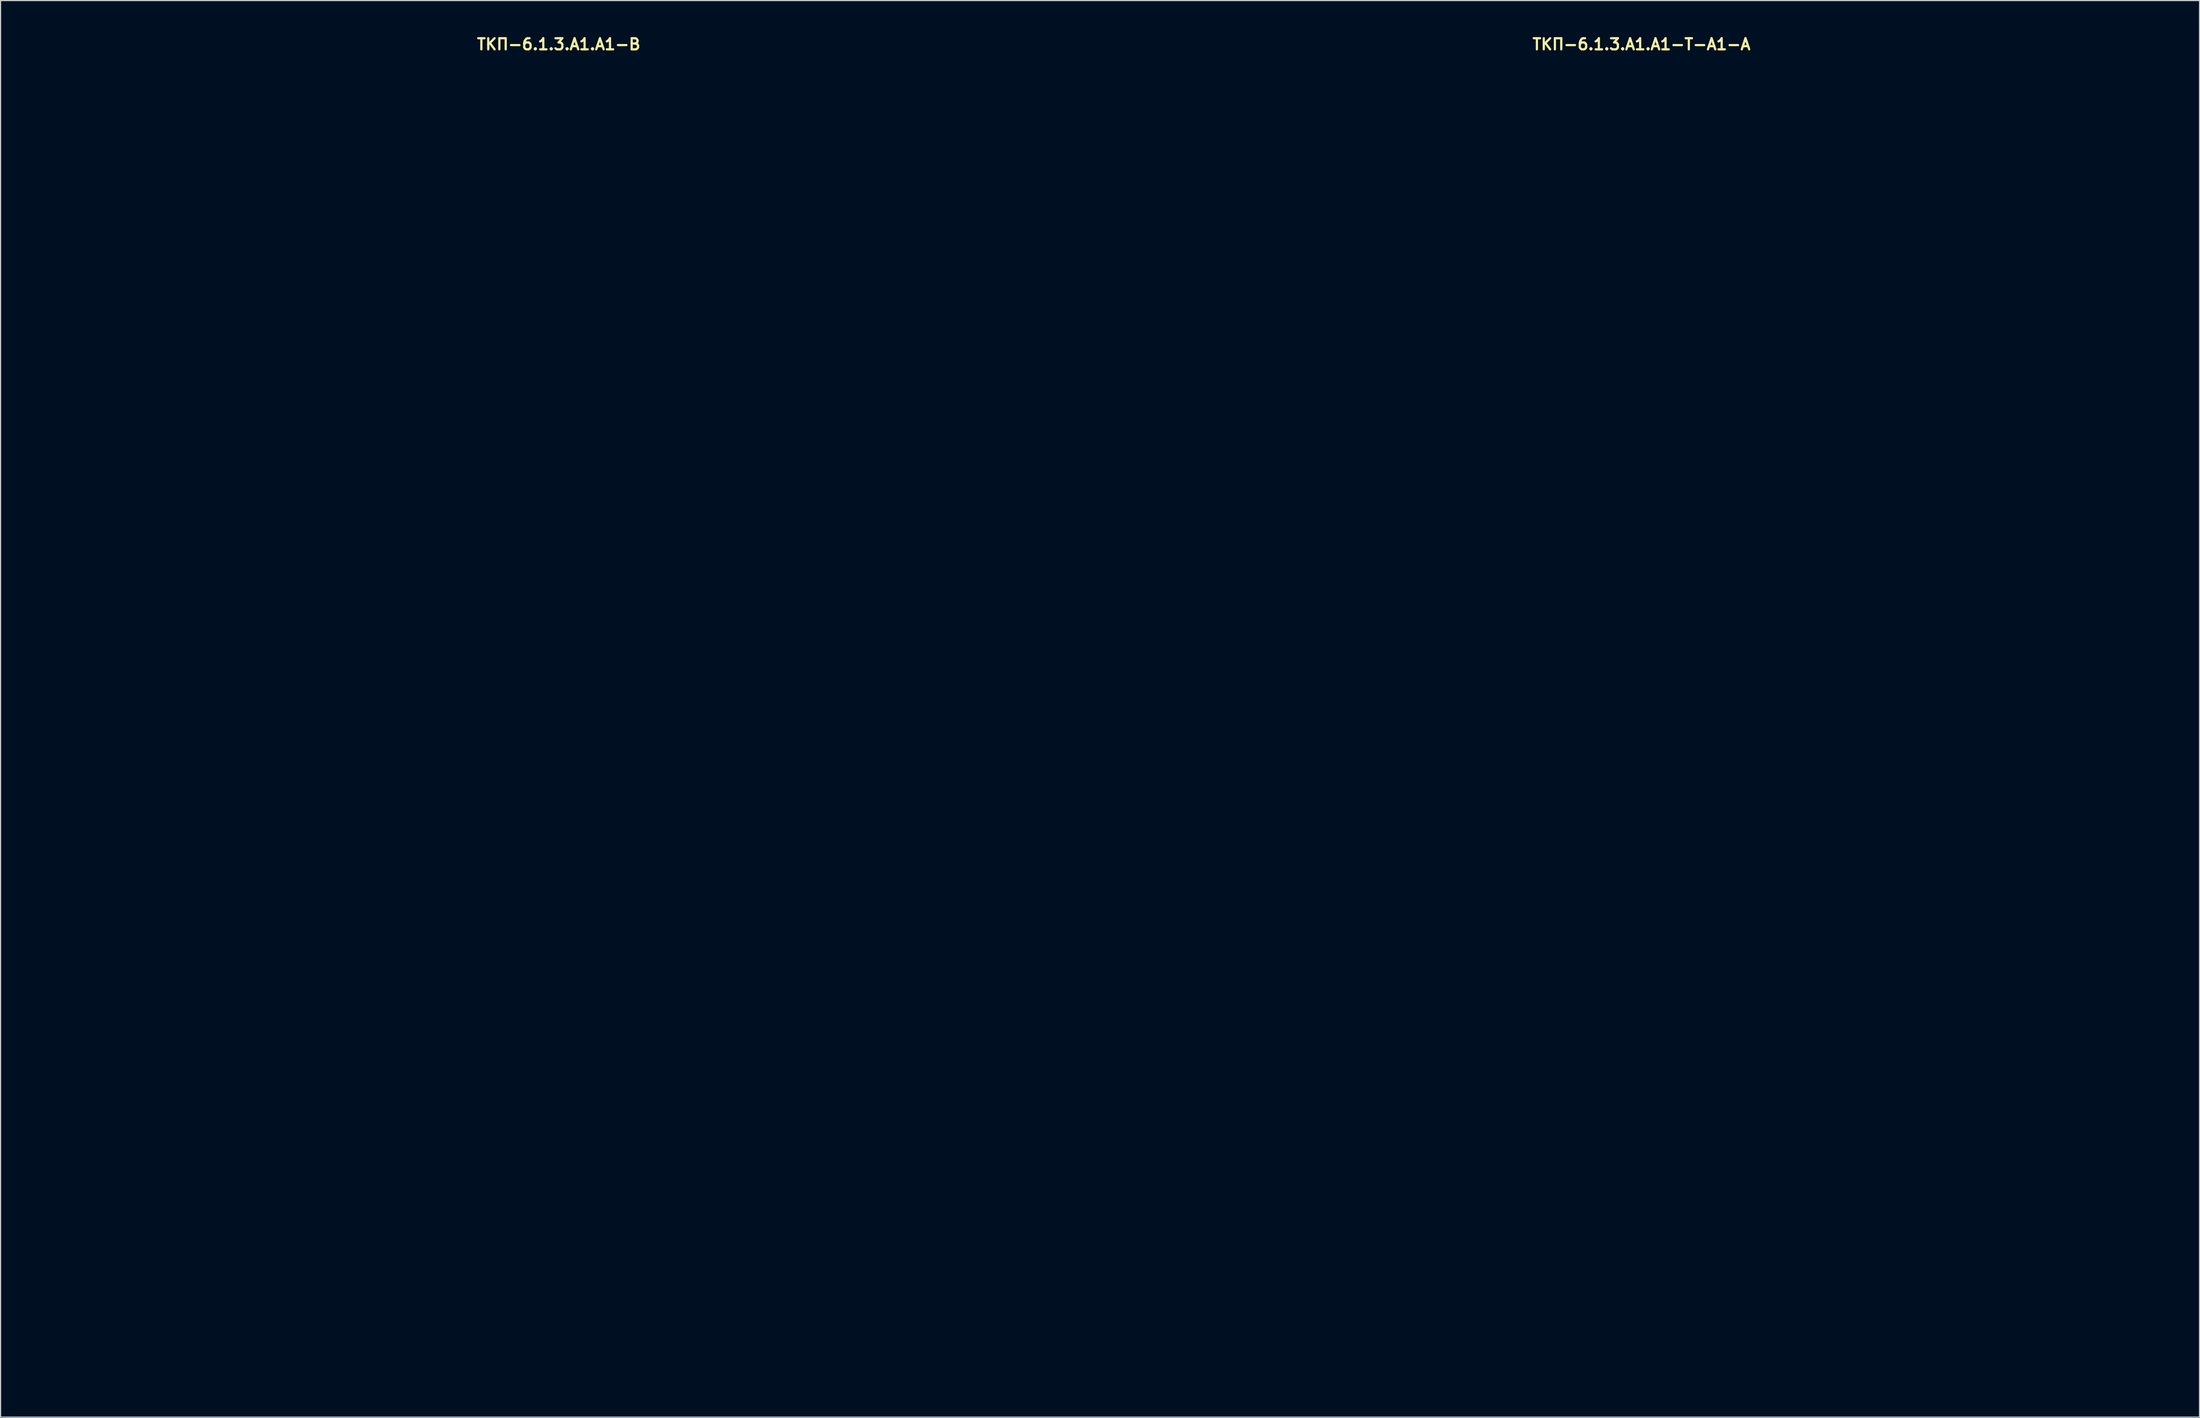
<source format=kicad_pcb>
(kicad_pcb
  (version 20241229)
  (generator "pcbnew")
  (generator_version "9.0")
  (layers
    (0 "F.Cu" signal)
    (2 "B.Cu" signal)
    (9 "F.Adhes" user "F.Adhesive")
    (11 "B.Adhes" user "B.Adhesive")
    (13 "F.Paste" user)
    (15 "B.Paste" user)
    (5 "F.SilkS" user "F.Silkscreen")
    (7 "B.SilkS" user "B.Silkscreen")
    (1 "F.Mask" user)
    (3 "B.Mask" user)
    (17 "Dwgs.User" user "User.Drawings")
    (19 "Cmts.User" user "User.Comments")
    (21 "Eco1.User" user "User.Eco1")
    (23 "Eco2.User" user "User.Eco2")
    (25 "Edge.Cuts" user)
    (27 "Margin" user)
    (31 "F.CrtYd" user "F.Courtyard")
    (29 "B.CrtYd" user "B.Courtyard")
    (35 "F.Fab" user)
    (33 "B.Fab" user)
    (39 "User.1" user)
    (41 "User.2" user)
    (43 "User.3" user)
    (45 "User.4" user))
  (footprint "ТКП-6.1.3.A1.A1-T-A1-A"
    (layer "F.Cu")
    (at 144.6 61.515)
    (property "Reference" "ТКП-6.1.3.A1.A1-T-A1-A" (at 0 -60.579 0) (layer "F.SilkS") (effects (font (size 1 1) (thickness 0.2))))
    (attr through_hole)
    (fp_line (start -47 -56.65) (end -47 56.65) (stroke (width 0.4) (type solid)) (layer "Eco1.User"))
    (fp_line (start -43.9 -59.75) (end 43.9 -59.75) (stroke (width 0.4) (type solid)) (layer "Eco1.User"))
    (fp_line (start -43.9 59.75) (end 43.9 59.75) (stroke (width 0.4) (type solid)) (layer "Eco1.User"))
    (fp_line (start 47 -56.65) (end 47 56.65) (stroke (width 0.4) (type solid)) (layer "Eco1.User"))
    (fp_arc (start -47 -56.65) (mid -46.092031 -58.842031) (end -43.9 -59.75) (stroke (width 0.4) (type solid)) (layer "Eco1.User"))
    (fp_arc (start -43.9 59.75) (mid -46.092031 58.842031) (end -47 56.65) (stroke (width 0.4) (type solid)) (layer "Eco1.User"))
    (fp_arc (start 43.9 -59.75) (mid 46.092031 -58.842031) (end 47 -56.65) (stroke (width 0.4) (type solid)) (layer "Eco1.User"))
    (fp_arc (start 47 56.65) (mid 46.092031 58.842031) (end 43.9 59.75) (stroke (width 0.4) (type solid)) (layer "Eco1.User"))
    (fp_circle (center -39.37 -5.08) (end -37.87 -5.08) (stroke (width 0.4) (type solid)) (fill no) (layer "Eco1.User"))
    (fp_circle (center -39.37 -5.08) (end -35.87 -5.08) (stroke (width 0.4) (type solid)) (fill no) (layer "Eco1.User"))
    (fp_circle (center -38.6 -51.35) (end -37.1 -51.35) (stroke (width 0.4) (type solid)) (fill no) (layer "Eco1.User"))
    (fp_circle (center -38.6 -51.35) (end -35.1 -51.35) (stroke (width 0.4) (type solid)) (fill no) (layer "Eco1.User"))
    (fp_circle (center -38.6 51.35) (end -37.1 51.35) (stroke (width 0.4) (type solid)) (fill no) (layer "Eco1.User"))
    (fp_circle (center -38.6 51.35) (end -35.1 51.35) (stroke (width 0.4) (type solid)) (fill no) (layer "Eco1.User"))
    (fp_circle (center -33.02 -31.55) (end -29.42 -31.55) (stroke (width 0.4) (type solid)) (fill no) (layer "Eco1.User"))
    (fp_circle (center -33.02 -31.55) (end -23.52 -31.55) (stroke (width 0.4) (type solid)) (fill no) (layer "Eco1.User"))
    (fp_circle (center -29.21 -52.07) (end -27.71 -52.07) (stroke (width 0.4) (type solid)) (fill no) (layer "Eco1.User"))
    (fp_circle (center -29.21 -52.07) (end -25.71 -52.07) (stroke (width 0.4) (type solid)) (fill no) (layer "Eco1.User"))
    (fp_circle (center -26.67 -5.08) (end -23.67 -5.08) (stroke (width 0.4) (type solid)) (fill no) (layer "Eco1.User"))
    (fp_circle (center -8.89 -52.07) (end -7.39 -52.07) (stroke (width 0.4) (type solid)) (fill no) (layer "Eco1.User"))
    (fp_circle (center -8.89 -52.07) (end -5.39 -52.07) (stroke (width 0.4) (type solid)) (fill no) (layer "Eco1.User"))
    (fp_circle (center 0 -31.55) (end 3.6 -31.55) (stroke (width 0.4) (type solid)) (fill no) (layer "Eco1.User"))
    (fp_circle (center 0 -31.55) (end 9.5 -31.55) (stroke (width 0.4) (type solid)) (fill no) (layer "Eco1.User"))
    (fp_circle (center 0 -5.08) (end 3 -5.08) (stroke (width 0.4) (type solid)) (fill no) (layer "Eco1.User"))
    (fp_circle (center 0 13.97) (end 2.65 13.97) (stroke (width 0.4) (type solid)) (fill no) (layer "Eco1.User"))
    (fp_circle (center 0 29.21) (end 6 29.21) (stroke (width 0.4) (type solid)) (fill no) (layer "Eco1.User"))
    (fp_circle (center 0 29.21) (end 9.75 29.21) (stroke (width 0.4) (type solid)) (fill no) (layer "Eco1.User"))
    (fp_circle (center 8.89 -52.07) (end 10.39 -52.07) (stroke (width 0.4) (type solid)) (fill no) (layer "Eco1.User"))
    (fp_circle (center 8.89 -52.07) (end 12.39 -52.07) (stroke (width 0.4) (type solid)) (fill no) (layer "Eco1.User"))
    (fp_circle (center 26.67 -5.08) (end 29.67 -5.08) (stroke (width 0.4) (type solid)) (fill no) (layer "Eco1.User"))
    (fp_circle (center 29.21 -52.07) (end 30.71 -52.07) (stroke (width 0.4) (type solid)) (fill no) (layer "Eco1.User"))
    (fp_circle (center 29.21 -52.07) (end 32.71 -52.07) (stroke (width 0.4) (type solid)) (fill no) (layer "Eco1.User"))
    (fp_circle (center 33.02 -31.55) (end 36.62 -31.55) (stroke (width 0.4) (type solid)) (fill no) (layer "Eco1.User"))
    (fp_circle (center 33.02 -31.55) (end 42.52 -31.55) (stroke (width 0.4) (type solid)) (fill no) (layer "Eco1.User"))
    (fp_circle (center 38.6 -51.35) (end 40.1 -51.35) (stroke (width 0.4) (type solid)) (fill no) (layer "Eco1.User"))
    (fp_circle (center 38.6 -51.35) (end 42.1 -51.35) (stroke (width 0.4) (type solid)) (fill no) (layer "Eco1.User"))
    (fp_circle (center 38.6 51.35) (end 40.1 51.35) (stroke (width 0.4) (type solid)) (fill no) (layer "Eco1.User"))
    (fp_circle (center 38.6 51.35) (end 42.1 51.35) (stroke (width 0.4) (type solid)) (fill no) (layer "Eco1.User"))
    (fp_circle (center 39.37 -5.08) (end 40.87 -5.08) (stroke (width 0.4) (type solid)) (fill no) (layer "Eco1.User"))
    (fp_circle (center 39.37 -5.08) (end 42.87 -5.08) (stroke (width 0.4) (type solid)) (fill no) (layer "Eco1.User"))
    (fp_line (start -47 -59.75) (end -47 59.75) (stroke (width 0.4) (type solid)) (layer "Eco2.User"))
    (fp_line (start -47 -59.75) (end 47 -59.75) (stroke (width 0.4) (type solid)) (layer "Eco2.User"))
    (fp_line (start -47 59.75) (end 47 59.75) (stroke (width 0.4) (type solid)) (layer "Eco2.User"))
    (fp_line (start -26.67 0) (end -26.67 3.81) (stroke (width 0.5) (type solid)) (layer "Eco2.User"))
    (fp_line (start -5.715 -45.72) (end -4.445 -45.72) (stroke (width 0.25) (type solid)) (layer "Eco2.User"))
    (fp_line (start -5.08 -46.355) (end -5.08 -45.085) (stroke (width 0.25) (type solid)) (layer "Eco2.User"))
    (fp_line (start -3.81 -45.72) (end -1.27 -45.72) (stroke (width 0.5) (type solid)) (layer "Eco2.User"))
    (fp_line (start -1.905 4.445) (end -1.905 8.255) (stroke (width 0.5) (type solid)) (layer "Eco2.User"))
    (fp_line (start 0 -45.72) (end 3.81 -45.72) (stroke (width 0.5) (type solid)) (layer "Eco2.User"))
    (fp_line (start 1.905 4.445) (end 1.905 8.255) (stroke (width 0.5) (type solid)) (layer "Eco2.User"))
    (fp_line (start 4.445 -45.72) (end 5.715 -45.72) (stroke (width 0.25) (type solid)) (layer "Eco2.User"))
    (fp_line (start 47 -59.75) (end 47 59.75) (stroke (width 0.4) (type solid)) (layer "Eco2.User"))
    (fp_arc (start 0 -44.45) (mid -1.27 -45.72) (end 0 -46.99) (stroke (width 0.5) (type solid)) (layer "Eco2.User"))
    (fp_circle (center -5.08 -45.72) (end -3.81 -45.72) (stroke (width 0.5) (type solid)) (fill no) (layer "Eco2.User"))
    (fp_circle (center 0 -45.72) (end 0.25 -45.72) (stroke (width 0.5) (type solid)) (fill no) (layer "Eco2.User"))
    (fp_circle (center 5.08 -45.72) (end 6.35 -45.72) (stroke (width 0.5) (type solid)) (fill no) (layer "Eco2.User"))
    (fp_poly (pts (xy -19.05 -46.99) (xy -20.32 -44.45) (xy -17.78 -44.45)) (stroke (width 0.5) (type solid)) (fill no) (layer "Eco2.User"))
    (fp_poly (pts (xy 19.05 -44.45) (xy 17.78 -46.99) (xy 20.32 -46.99)) (stroke (width 0.5) (type solid)) (fill no) (layer "Eco2.User"))
    (fp_text user "-ТТКРЧПДЛ-\nGOOD GRIEF OVERDRIVE\nREV. 1" (at 0 48.26 0) (unlocked yes) (layer "Eco2.User") (effects (font (size 3 3) (thickness 0.5))))
    (fp_text user "BRIGHT" (at -26.035 1.905 0) (unlocked yes) (layer "Eco2.User") (effects (font (size 2.5 2.5) (thickness 0.5)) (justify left)))
    (fp_text user "Si" (at 2.54 6.35 0) (unlocked yes) (layer "Eco2.User") (effects (font (size 2.5 2.5) (thickness 0.5)) (justify left)))
    (fp_text user "9V" (at 0 -52.07 0) (unlocked yes) (layer "Eco2.User") (effects (font (size 3 3) (thickness 0.5))))
    (fp_text user "NORMAL" (at -27.305 1.905 0) (unlocked yes) (layer "Eco2.User") (effects (font (size 2.5 2.5) (thickness 0.5)) (justify right)))
    (fp_text user "VOLUME" (at -33.02 -18.415 0) (unlocked yes) (layer "Eco2.User") (effects (font (size 3 3) (thickness 0.5))))
    (fp_text user "TONE" (at 0 -18.415 0) (unlocked yes) (layer "Eco2.User") (effects (font (size 3 3) (thickness 0.5))))
    (fp_text user "OUT" (at -19.05 -52.07 0) (unlocked yes) (layer "Eco2.User") (effects (font (size 3 3) (thickness 0.5))))
    (fp_text user "IN" (at 19.05 -52.07 0) (unlocked yes) (layer "Eco2.User") (effects (font (size 3 3) (thickness 0.5))))
    (fp_text user "N" (at 0 6.35 0) (unlocked yes) (layer "Eco2.User") (effects (font (size 2.5 2.5) (thickness 0.5))))
    (fp_text user "VOICE" (at 0 1.905 0) (unlocked yes) (layer "Eco2.User") (effects (font (size 2.5 2.5) (thickness 0.5))))
    (fp_text user "MF" (at -2.54 6.35 0) (unlocked yes) (layer "Eco2.User") (effects (font (size 2.5 2.5) (thickness 0.5)) (justify right)))
    (fp_text user "BANDWIDTH" (at 26.67 1.905 0) (unlocked yes) (layer "Eco2.User") (effects (font (size 2.5 2.5) (thickness 0.5))))
    (fp_text user "DRIVE" (at 33.02 -18.415 0) (unlocked yes) (layer "Eco2.User") (effects (font (size 3 3) (thickness 0.5)))))
  (footprint "ТКП-6.1.3.A1.A1-B"
    (layer "F.Cu")
    (at 47.2 61.515)
    (property "Reference" "ТКП-6.1.3.A1.A1-B" (at 0 -60.579 0) (layer "F.SilkS") (effects (font (size 1 1) (thickness 0.2))))
    (attr through_hole)
    (fp_line (start -47 -56.65) (end -47 56.65) (stroke (width 0.4) (type solid)) (layer "Eco1.User"))
    (fp_line (start -43.9 -59.75) (end 43.9 -59.75) (stroke (width 0.4) (type solid)) (layer "Eco1.User"))
    (fp_line (start -43.9 59.75) (end 43.9 59.75) (stroke (width 0.4) (type solid)) (layer "Eco1.User"))
    (fp_line (start 47 -56.65) (end 47 56.65) (stroke (width 0.4) (type solid)) (layer "Eco1.User"))
    (fp_arc (start -47 -56.65) (mid -46.092031 -58.842031) (end -43.9 -59.75) (stroke (width 0.4) (type solid)) (layer "Eco1.User"))
    (fp_arc (start -43.9 59.75) (mid -46.092031 58.842031) (end -47 56.65) (stroke (width 0.4) (type solid)) (layer "Eco1.User"))
    (fp_arc (start 43.9 -59.75) (mid 46.092031 -58.842031) (end 47 -56.65) (stroke (width 0.4) (type solid)) (layer "Eco1.User"))
    (fp_arc (start 47 56.65) (mid 46.092031 58.842031) (end 43.9 59.75) (stroke (width 0.4) (type solid)) (layer "Eco1.User"))
    (fp_circle (center -39.37 -5.08) (end -37.87 -5.08) (stroke (width 0.4) (type solid)) (fill no) (layer "Eco1.User"))
    (fp_circle (center -38.6 -51.35) (end -37.1 -51.35) (stroke (width 0.4) (type solid)) (fill no) (layer "Eco1.User"))
    (fp_circle (center -38.6 51.35) (end -37.1 51.35) (stroke (width 0.4) (type solid)) (fill no) (layer "Eco1.User"))
    (fp_circle (center -33.02 -31.55) (end -29.42 -31.55) (stroke (width 0.4) (type solid)) (fill no) (layer "Eco1.User"))
    (fp_circle (center -29.21 -52.07) (end -27.71 -52.07) (stroke (width 0.4) (type solid)) (fill no) (layer "Eco1.User"))
    (fp_circle (center -26.67 -5.08) (end -23.67 -5.08) (stroke (width 0.4) (type solid)) (fill no) (layer "Eco1.User"))
    (fp_circle (center -8.89 -52.07) (end -7.39 -52.07) (stroke (width 0.4) (type solid)) (fill no) (layer "Eco1.User"))
    (fp_circle (center 0 -31.55) (end 3.6 -31.55) (stroke (width 0.4) (type solid)) (fill no) (layer "Eco1.User"))
    (fp_circle (center 0 -5.08) (end 3 -5.08) (stroke (width 0.4) (type solid)) (fill no) (layer "Eco1.User"))
    (fp_circle (center 0 13.97) (end 2.65 13.97) (stroke (width 0.4) (type solid)) (fill no) (layer "Eco1.User"))
    (fp_circle (center 0 29.21) (end 6 29.21) (stroke (width 0.4) (type solid)) (fill no) (layer "Eco1.User"))
    (fp_circle (center 8.89 -52.07) (end 10.39 -52.07) (stroke (width 0.4) (type solid)) (fill no) (layer "Eco1.User"))
    (fp_circle (center 26.67 -5.08) (end 29.67 -5.08) (stroke (width 0.4) (type solid)) (fill no) (layer "Eco1.User"))
    (fp_circle (center 29.21 -52.07) (end 30.71 -52.07) (stroke (width 0.4) (type solid)) (fill no) (layer "Eco1.User"))
    (fp_circle (center 33.02 -31.55) (end 36.62 -31.55) (stroke (width 0.4) (type solid)) (fill no) (layer "Eco1.User"))
    (fp_circle (center 38.6 -51.35) (end 40.1 -51.35) (stroke (width 0.4) (type solid)) (fill no) (layer "Eco1.User"))
    (fp_circle (center 38.6 51.35) (end 40.1 51.35) (stroke (width 0.4) (type solid)) (fill no) (layer "Eco1.User"))
    (fp_circle (center 39.37 -5.08) (end 40.87 -5.08) (stroke (width 0.4) (type solid)) (fill no) (layer "Eco1.User")))
  (gr_rect
    (start -3 -3)
    (end 194.8 124.465)
    (stroke (width 0.1) (type default))
    (fill no)
    (layer "Edge.Cuts")))
</source>
